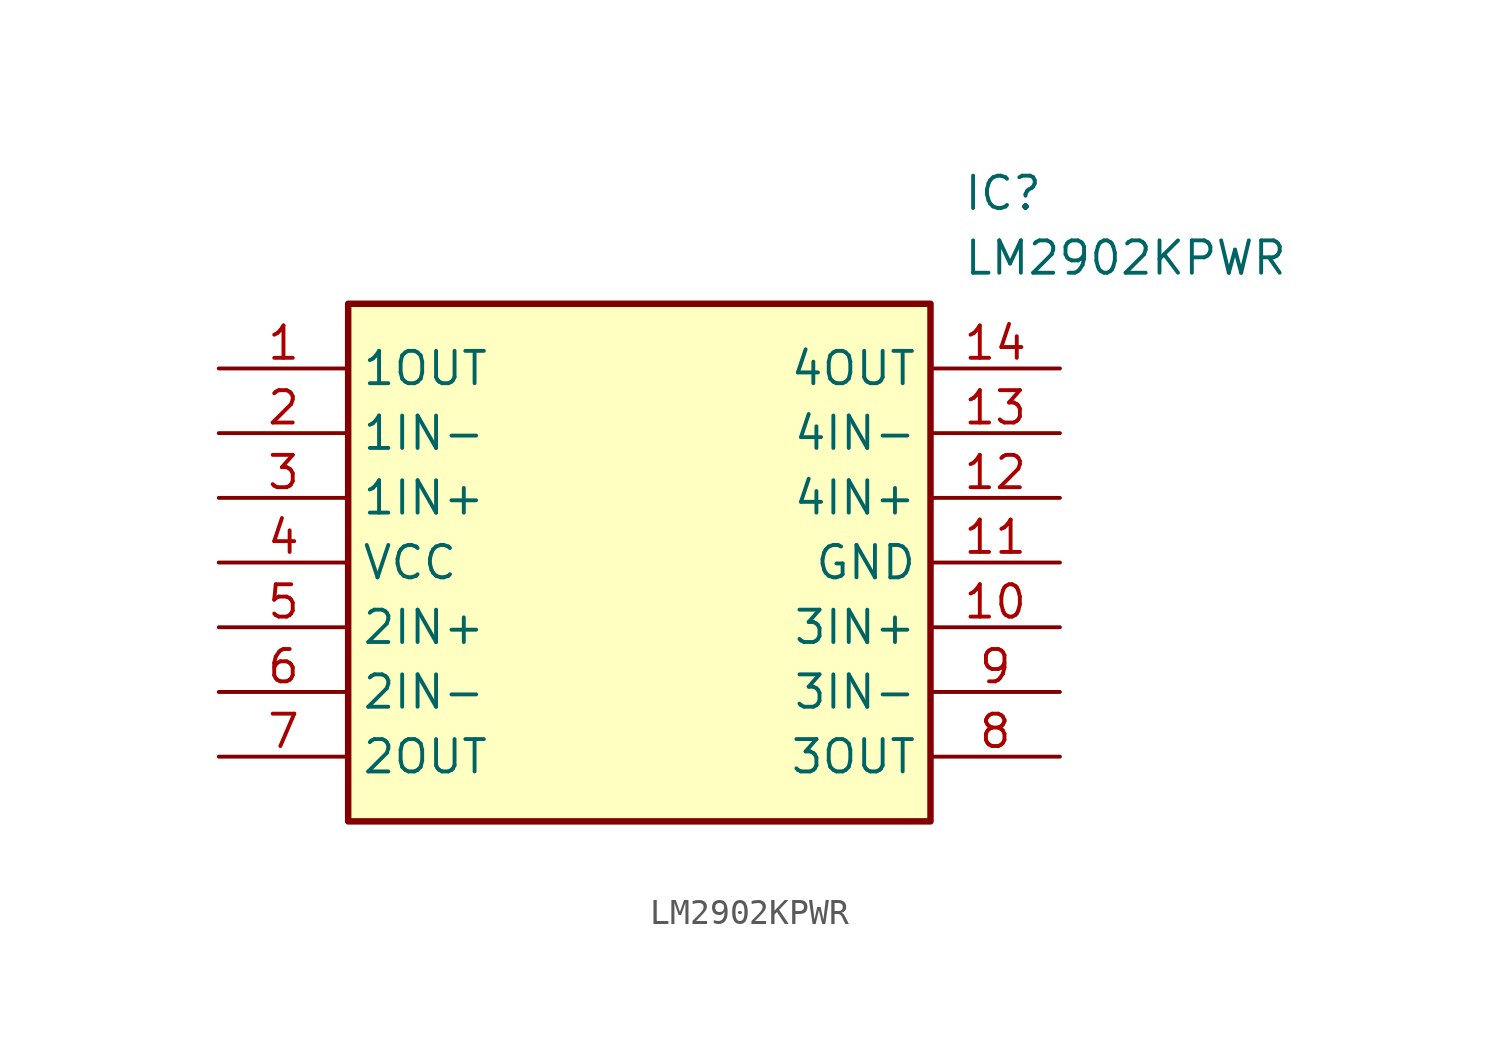
<source format=kicad_sym>
(kicad_symbol_lib
  (version 20211014)
  (generator SamacSys_ECAD_Model)
  (symbol "LM2902KPWR"
    (property "Reference" "IC"
      (at 29.21 7.62 0)
      (effects (font (size 1.27 1.27)) (justify left top)))
    (property "Value" "LM2902KPWR"
      (at 29.21 5.08 0)
      (effects (font (size 1.27 1.27)) (justify left top)))
    (rectangle
      (start 5.08 2.54)
      (end 27.94 -17.78)
      (stroke (width 0.254) (type default))
      (fill (type background)))
    (pin passive line
      (at 0 0 0)
      (length 5.08)
      (name "1OUT" (effects (font (size 1.27 1.27))))
      (number "1" (effects (font (size 1.27 1.27)))))
    (pin passive line
      (at 0 -2.54 0)
      (length 5.08)
      (name "1IN-" (effects (font (size 1.27 1.27))))
      (number "2" (effects (font (size 1.27 1.27)))))
    (pin passive line
      (at 0 -5.08 0)
      (length 5.08)
      (name "1IN+" (effects (font (size 1.27 1.27))))
      (number "3" (effects (font (size 1.27 1.27)))))
    (pin passive line
      (at 0 -7.62 0)
      (length 5.08)
      (name "VCC" (effects (font (size 1.27 1.27))))
      (number "4" (effects (font (size 1.27 1.27)))))
    (pin passive line
      (at 0 -10.16 0)
      (length 5.08)
      (name "2IN+" (effects (font (size 1.27 1.27))))
      (number "5" (effects (font (size 1.27 1.27)))))
    (pin passive line
      (at 0 -12.7 0)
      (length 5.08)
      (name "2IN-" (effects (font (size 1.27 1.27))))
      (number "6" (effects (font (size 1.27 1.27)))))
    (pin passive line
      (at 0 -15.24 0)
      (length 5.08)
      (name "2OUT" (effects (font (size 1.27 1.27))))
      (number "7" (effects (font (size 1.27 1.27)))))
    (pin passive line
      (at 33.02 0 180)
      (length 5.08)
      (name "4OUT" (effects (font (size 1.27 1.27))))
      (number "14" (effects (font (size 1.27 1.27)))))
    (pin passive line
      (at 33.02 -2.54 180)
      (length 5.08)
      (name "4IN-" (effects (font (size 1.27 1.27))))
      (number "13" (effects (font (size 1.27 1.27)))))
    (pin passive line
      (at 33.02 -5.08 180)
      (length 5.08)
      (name "4IN+" (effects (font (size 1.27 1.27))))
      (number "12" (effects (font (size 1.27 1.27)))))
    (pin passive line
      (at 33.02 -7.62 180)
      (length 5.08)
      (name "GND" (effects (font (size 1.27 1.27))))
      (number "11" (effects (font (size 1.27 1.27)))))
    (pin passive line
      (at 33.02 -10.16 180)
      (length 5.08)
      (name "3IN+" (effects (font (size 1.27 1.27))))
      (number "10" (effects (font (size 1.27 1.27)))))
    (pin passive line
      (at 33.02 -12.7 180)
      (length 5.08)
      (name "3IN-" (effects (font (size 1.27 1.27))))
      (number "9" (effects (font (size 1.27 1.27)))))
    (pin passive line
      (at 33.02 -15.24 180)
      (length 5.08)
      (name "3OUT" (effects (font (size 1.27 1.27))))
      (number "8" (effects (font (size 1.27 1.27)))))))
</source>
